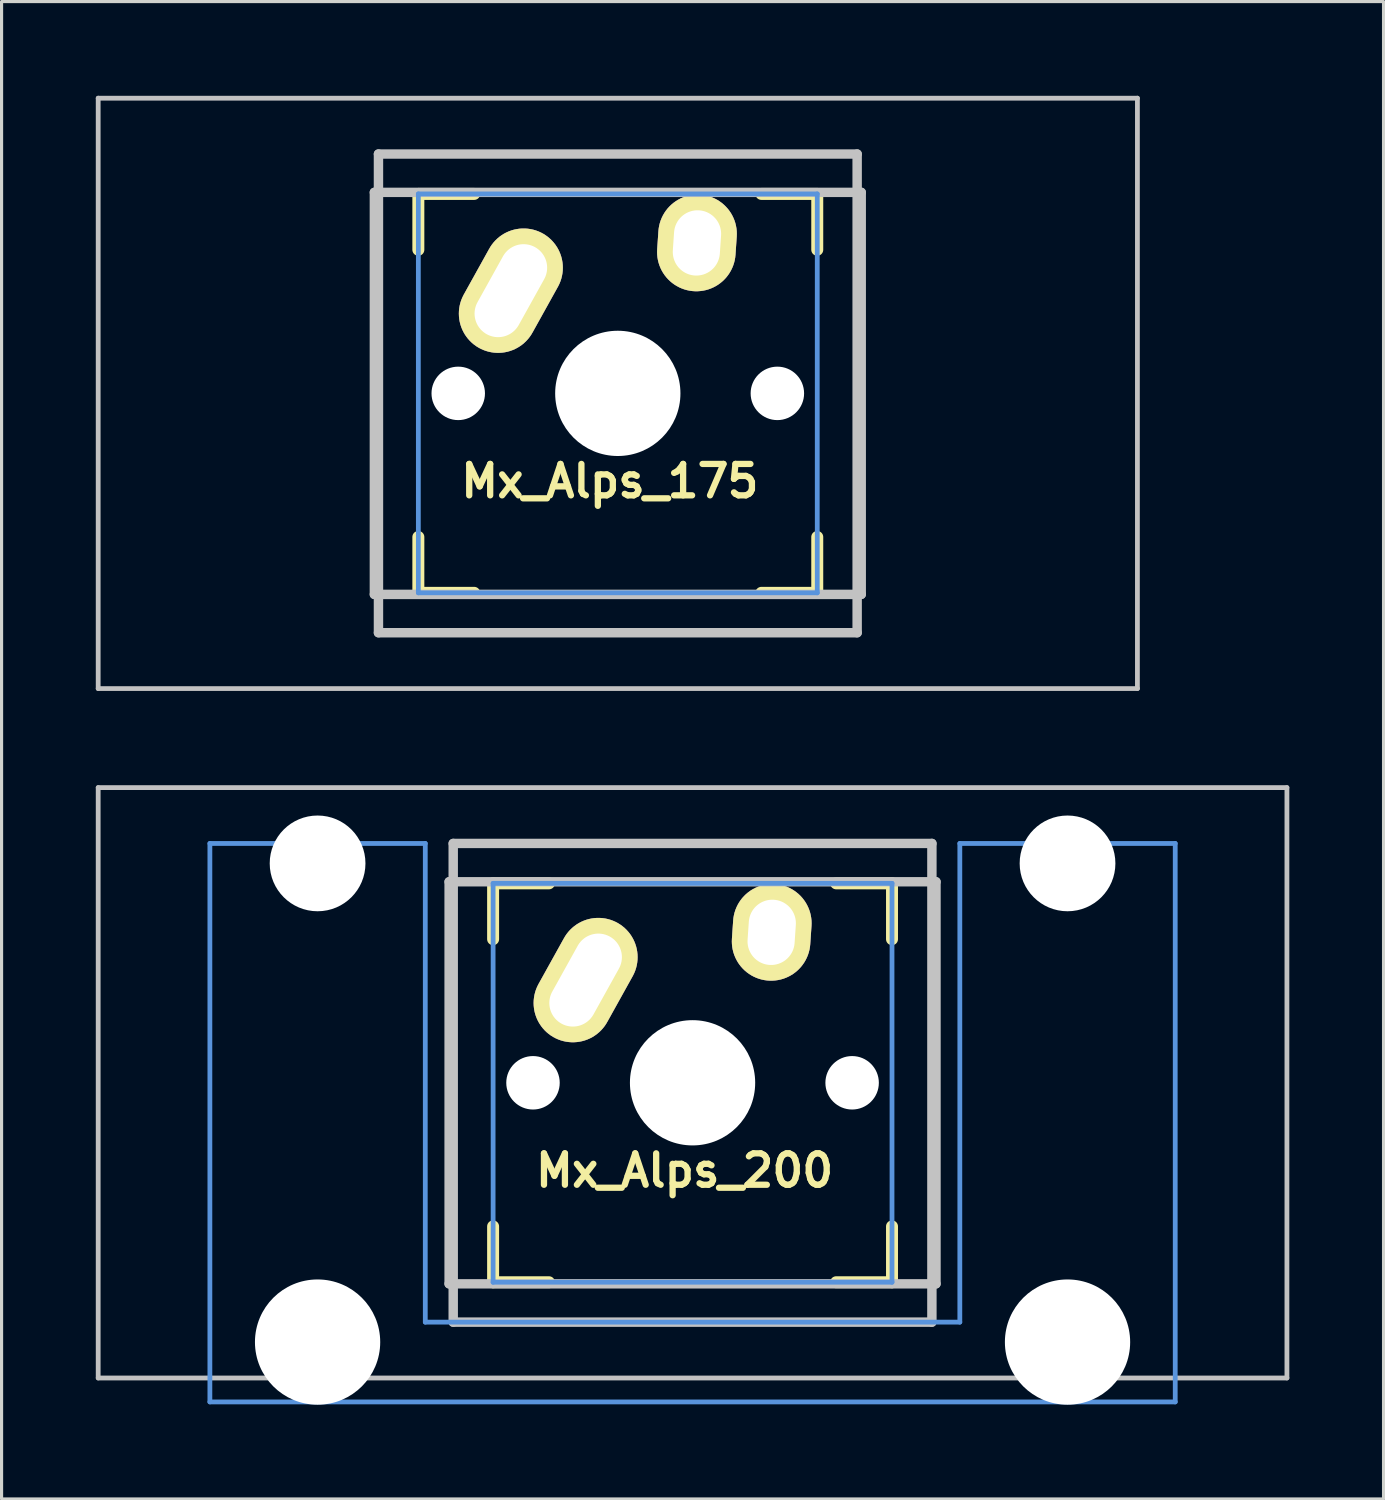
<source format=kicad_pcb>
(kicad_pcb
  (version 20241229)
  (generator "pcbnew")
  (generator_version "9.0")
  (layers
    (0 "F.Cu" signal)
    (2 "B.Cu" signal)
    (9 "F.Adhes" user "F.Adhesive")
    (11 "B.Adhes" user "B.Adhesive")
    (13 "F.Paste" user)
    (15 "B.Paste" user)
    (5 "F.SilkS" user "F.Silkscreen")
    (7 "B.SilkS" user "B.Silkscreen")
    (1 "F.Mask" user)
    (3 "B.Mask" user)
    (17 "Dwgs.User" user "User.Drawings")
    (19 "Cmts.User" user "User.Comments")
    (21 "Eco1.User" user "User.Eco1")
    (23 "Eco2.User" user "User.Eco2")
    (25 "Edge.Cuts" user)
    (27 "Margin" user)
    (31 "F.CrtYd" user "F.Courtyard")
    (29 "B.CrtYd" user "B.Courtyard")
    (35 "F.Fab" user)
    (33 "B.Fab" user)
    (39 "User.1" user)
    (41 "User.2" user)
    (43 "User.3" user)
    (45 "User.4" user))
  (footprint "Mx_Alps_175"
    (layer "F.Cu")
    (at 16.619 9.474)
    (property "Reference" "Mx_Alps_175" (at -0.254 2.794 0) (layer "F.SilkS") (effects (font (size 1 1) (thickness 0.2))))
    (attr through_hole)
    (fp_line (start -6.35 -6.35) (end -4.572 -6.35) (stroke (width 0.381) (type solid)) (layer "F.SilkS"))
    (fp_line (start -6.35 -4.572) (end -6.35 -6.35) (stroke (width 0.381) (type solid)) (layer "F.SilkS"))
    (fp_line (start -6.35 6.35) (end -6.35 4.572) (stroke (width 0.381) (type solid)) (layer "F.SilkS"))
    (fp_line (start -4.572 6.35) (end -6.35 6.35) (stroke (width 0.381) (type solid)) (layer "F.SilkS"))
    (fp_line (start 4.572 -6.35) (end 6.35 -6.35) (stroke (width 0.381) (type solid)) (layer "F.SilkS"))
    (fp_line (start 6.35 -6.35) (end 6.35 -4.572) (stroke (width 0.381) (type solid)) (layer "F.SilkS"))
    (fp_line (start 6.35 4.572) (end 6.35 6.35) (stroke (width 0.381) (type solid)) (layer "F.SilkS"))
    (fp_line (start 6.35 6.35) (end 4.572 6.35) (stroke (width 0.381) (type solid)) (layer "F.SilkS"))
    (fp_line (start -16.543 -9.398) (end 16.543 -9.398) (stroke (width 0.152) (type solid)) (layer "Dwgs.User"))
    (fp_line (start -16.543 9.398) (end -16.543 -9.398) (stroke (width 0.152) (type solid)) (layer "Dwgs.User"))
    (fp_line (start -7.75 6.4) (end -7.75 -6.4) (stroke (width 0.3) (type solid)) (layer "Dwgs.User"))
    (fp_line (start -7.75 6.4) (end 7.75 6.4) (stroke (width 0.3) (type solid)) (layer "Dwgs.User"))
    (fp_line (start -7.62 -7.62) (end 7.62 -7.62) (stroke (width 0.3) (type solid)) (layer "Dwgs.User"))
    (fp_line (start -7.62 7.62) (end -7.62 -7.62) (stroke (width 0.3) (type solid)) (layer "Dwgs.User"))
    (fp_line (start 7.62 -7.62) (end 7.62 7.62) (stroke (width 0.3) (type solid)) (layer "Dwgs.User"))
    (fp_line (start 7.62 7.62) (end -7.62 7.62) (stroke (width 0.3) (type solid)) (layer "Dwgs.User"))
    (fp_line (start 7.75 -6.4) (end -7.75 -6.4) (stroke (width 0.3) (type solid)) (layer "Dwgs.User"))
    (fp_line (start 7.75 6.4) (end 7.75 -6.4) (stroke (width 0.3) (type solid)) (layer "Dwgs.User"))
    (fp_line (start 16.543 -9.398) (end 16.543 9.398) (stroke (width 0.152) (type solid)) (layer "Dwgs.User"))
    (fp_line (start 16.543 9.398) (end -16.543 9.398) (stroke (width 0.152) (type solid)) (layer "Dwgs.User"))
    (fp_line (start -6.35 -6.35) (end 6.35 -6.35) (stroke (width 0.152) (type solid)) (layer "Cmts.User"))
    (fp_line (start -6.35 6.35) (end -6.35 -6.35) (stroke (width 0.152) (type solid)) (layer "Cmts.User"))
    (fp_line (start 6.35 -6.35) (end 6.35 6.35) (stroke (width 0.152) (type solid)) (layer "Cmts.User"))
    (fp_line (start 6.35 6.35) (end -6.35 6.35) (stroke (width 0.152) (type solid)) (layer "Cmts.User"))
    (fp_line (start -6.985 -6.985) (end 6.985 -6.985) (stroke (width 0.152) (type solid)) (layer "Eco2.User"))
    (fp_line (start -6.985 6.985) (end -6.985 -6.985) (stroke (width 0.152) (type solid)) (layer "Eco2.User"))
    (fp_line (start 6.985 -6.985) (end 6.985 6.985) (stroke (width 0.152) (type solid)) (layer "Eco2.User"))
    (fp_line (start 6.985 6.985) (end -6.985 6.985) (stroke (width 0.152) (type solid)) (layer "Eco2.User"))
    (pad "" np_thru_hole circle (at -5.08 0) (size 1.702 1.702) (drill 1.702) (layers "*.Cu"))
    (pad "" np_thru_hole circle (at 0 0) (size 3.988 3.988) (drill 3.988) (layers "*.Cu"))
    (pad "" np_thru_hole circle (at 5.08 0) (size 1.702 1.702) (drill 1.702) (layers "*.Cu"))
    (pad "1" thru_hole oval (at -3.405 -3.27 330.95) (size 2.5 4.17) (drill oval 1.5 3.17) (layers "*.Cu" "*.Mask" "F.SilkS"))
    (pad "2" thru_hole oval (at 2.52 -4.79 356.1) (size 2.5 3.08) (drill oval 1.5 2.08) (layers "*.Cu" "*.Mask" "F.SilkS")))
  (footprint "Mx_Alps_200"
    (layer "F.Cu")
    (at 18.999 31.423)
    (property "Reference" "Mx_Alps_200" (at -0.254 2.794 0) (layer "F.SilkS") (effects (font (size 1 1) (thickness 0.2))))
    (attr through_hole)
    (fp_line (start -6.35 -6.35) (end -4.572 -6.35) (stroke (width 0.381) (type solid)) (layer "F.SilkS"))
    (fp_line (start -6.35 -4.572) (end -6.35 -6.35) (stroke (width 0.381) (type solid)) (layer "F.SilkS"))
    (fp_line (start -6.35 6.35) (end -6.35 4.572) (stroke (width 0.381) (type solid)) (layer "F.SilkS"))
    (fp_line (start -4.572 6.35) (end -6.35 6.35) (stroke (width 0.381) (type solid)) (layer "F.SilkS"))
    (fp_line (start 4.572 -6.35) (end 6.35 -6.35) (stroke (width 0.381) (type solid)) (layer "F.SilkS"))
    (fp_line (start 6.35 -6.35) (end 6.35 -4.572) (stroke (width 0.381) (type solid)) (layer "F.SilkS"))
    (fp_line (start 6.35 4.572) (end 6.35 6.35) (stroke (width 0.381) (type solid)) (layer "F.SilkS"))
    (fp_line (start 6.35 6.35) (end 4.572 6.35) (stroke (width 0.381) (type solid)) (layer "F.SilkS"))
    (fp_line (start -18.923 -9.398) (end 18.923 -9.398) (stroke (width 0.152) (type solid)) (layer "Dwgs.User"))
    (fp_line (start -18.923 9.398) (end -18.923 -9.398) (stroke (width 0.152) (type solid)) (layer "Dwgs.User"))
    (fp_line (start -7.75 6.4) (end -7.75 -6.4) (stroke (width 0.3) (type solid)) (layer "Dwgs.User"))
    (fp_line (start -7.75 6.4) (end 7.75 6.4) (stroke (width 0.3) (type solid)) (layer "Dwgs.User"))
    (fp_line (start -7.62 -7.62) (end 7.62 -7.62) (stroke (width 0.3) (type solid)) (layer "Dwgs.User"))
    (fp_line (start -7.62 7.62) (end -7.62 -7.62) (stroke (width 0.3) (type solid)) (layer "Dwgs.User"))
    (fp_line (start 7.62 -7.62) (end 7.62 7.62) (stroke (width 0.3) (type solid)) (layer "Dwgs.User"))
    (fp_line (start 7.62 7.62) (end -7.62 7.62) (stroke (width 0.3) (type solid)) (layer "Dwgs.User"))
    (fp_line (start 7.75 -6.4) (end -7.75 -6.4) (stroke (width 0.3) (type solid)) (layer "Dwgs.User"))
    (fp_line (start 7.75 6.4) (end 7.75 -6.4) (stroke (width 0.3) (type solid)) (layer "Dwgs.User"))
    (fp_line (start 18.923 -9.398) (end 18.923 9.398) (stroke (width 0.152) (type solid)) (layer "Dwgs.User"))
    (fp_line (start 18.923 9.398) (end -18.923 9.398) (stroke (width 0.152) (type solid)) (layer "Dwgs.User"))
    (fp_line (start -15.367 -7.62) (end -15.367 10.16) (stroke (width 0.152) (type solid)) (layer "Cmts.User"))
    (fp_line (start -15.367 10.16) (end 15.367 10.16) (stroke (width 0.152) (type solid)) (layer "Cmts.User"))
    (fp_line (start -8.509 -7.62) (end -15.367 -7.62) (stroke (width 0.152) (type solid)) (layer "Cmts.User"))
    (fp_line (start -8.509 7.62) (end -8.509 -7.62) (stroke (width 0.152) (type solid)) (layer "Cmts.User"))
    (fp_line (start -6.35 -6.35) (end 6.35 -6.35) (stroke (width 0.152) (type solid)) (layer "Cmts.User"))
    (fp_line (start -6.35 6.35) (end -6.35 -6.35) (stroke (width 0.152) (type solid)) (layer "Cmts.User"))
    (fp_line (start 6.35 -6.35) (end 6.35 6.35) (stroke (width 0.152) (type solid)) (layer "Cmts.User"))
    (fp_line (start 6.35 6.35) (end -6.35 6.35) (stroke (width 0.152) (type solid)) (layer "Cmts.User"))
    (fp_line (start 8.509 -7.62) (end 8.509 7.62) (stroke (width 0.152) (type solid)) (layer "Cmts.User"))
    (fp_line (start 8.509 7.62) (end -8.509 7.62) (stroke (width 0.152) (type solid)) (layer "Cmts.User"))
    (fp_line (start 15.367 -7.62) (end 8.509 -7.62) (stroke (width 0.152) (type solid)) (layer "Cmts.User"))
    (fp_line (start 15.367 10.16) (end 15.367 -7.62) (stroke (width 0.152) (type solid)) (layer "Cmts.User"))
    (fp_line (start -16.129 -2.286) (end -15.265 -2.286) (stroke (width 0.152) (type solid)) (layer "Eco2.User"))
    (fp_line (start -16.129 0.508) (end -16.129 -2.286) (stroke (width 0.152) (type solid)) (layer "Eco2.User"))
    (fp_line (start -15.265 -5.69) (end -8.611 -5.69) (stroke (width 0.152) (type solid)) (layer "Eco2.User"))
    (fp_line (start -15.265 -2.286) (end -15.265 -5.69) (stroke (width 0.152) (type solid)) (layer "Eco2.User"))
    (fp_line (start -15.265 0.508) (end -16.129 0.508) (stroke (width 0.152) (type solid)) (layer "Eco2.User"))
    (fp_line (start -15.265 6.604) (end -15.265 0.508) (stroke (width 0.152) (type solid)) (layer "Eco2.User"))
    (fp_line (start -14.224 6.604) (end -15.265 6.604) (stroke (width 0.152) (type solid)) (layer "Eco2.User"))
    (fp_line (start -14.224 7.772) (end -14.224 6.604) (stroke (width 0.152) (type solid)) (layer "Eco2.User"))
    (fp_line (start -9.652 6.604) (end -9.652 7.772) (stroke (width 0.152) (type solid)) (layer "Eco2.User"))
    (fp_line (start -9.652 7.772) (end -14.224 7.772) (stroke (width 0.152) (type solid)) (layer "Eco2.User"))
    (fp_line (start -8.611 -5.69) (end -8.611 -4.877) (stroke (width 0.152) (type solid)) (layer "Eco2.User"))
    (fp_line (start -8.611 -4.877) (end -6.985 -4.877) (stroke (width 0.152) (type solid)) (layer "Eco2.User"))
    (fp_line (start -8.611 5.817) (end -8.611 6.604) (stroke (width 0.152) (type solid)) (layer "Eco2.User"))
    (fp_line (start -8.611 6.604) (end -9.652 6.604) (stroke (width 0.152) (type solid)) (layer "Eco2.User"))
    (fp_line (start -6.985 -6.985) (end 6.985 -6.985) (stroke (width 0.152) (type solid)) (layer "Eco2.User"))
    (fp_line (start -6.985 -4.877) (end -6.985 -6.985) (stroke (width 0.152) (type solid)) (layer "Eco2.User"))
    (fp_line (start -6.985 5.817) (end -8.611 5.817) (stroke (width 0.152) (type solid)) (layer "Eco2.User"))
    (fp_line (start -6.985 6.985) (end -6.985 5.817) (stroke (width 0.152) (type solid)) (layer "Eco2.User"))
    (fp_line (start 6.985 -6.985) (end 6.985 -4.877) (stroke (width 0.152) (type solid)) (layer "Eco2.User"))
    (fp_line (start 6.985 -4.877) (end 8.611 -4.877) (stroke (width 0.152) (type solid)) (layer "Eco2.User"))
    (fp_line (start 6.985 5.817) (end 6.985 6.985) (stroke (width 0.152) (type solid)) (layer "Eco2.User"))
    (fp_line (start 6.985 6.985) (end -6.985 6.985) (stroke (width 0.152) (type solid)) (layer "Eco2.User"))
    (fp_line (start 8.611 -5.69) (end 15.265 -5.69) (stroke (width 0.152) (type solid)) (layer "Eco2.User"))
    (fp_line (start 8.611 -4.877) (end 8.611 -5.69) (stroke (width 0.152) (type solid)) (layer "Eco2.User"))
    (fp_line (start 8.611 5.817) (end 6.985 5.817) (stroke (width 0.152) (type solid)) (layer "Eco2.User"))
    (fp_line (start 8.611 6.604) (end 8.611 5.817) (stroke (width 0.152) (type solid)) (layer "Eco2.User"))
    (fp_line (start 9.652 6.604) (end 8.611 6.604) (stroke (width 0.152) (type solid)) (layer "Eco2.User"))
    (fp_line (start 9.652 7.772) (end 9.652 6.604) (stroke (width 0.152) (type solid)) (layer "Eco2.User"))
    (fp_line (start 14.224 6.604) (end 14.224 7.772) (stroke (width 0.152) (type solid)) (layer "Eco2.User"))
    (fp_line (start 14.224 7.772) (end 9.652 7.772) (stroke (width 0.152) (type solid)) (layer "Eco2.User"))
    (fp_line (start 15.265 -5.69) (end 15.265 -2.286) (stroke (width 0.152) (type solid)) (layer "Eco2.User"))
    (fp_line (start 15.265 -2.286) (end 16.129 -2.286) (stroke (width 0.152) (type solid)) (layer "Eco2.User"))
    (fp_line (start 15.265 0.508) (end 15.265 6.604) (stroke (width 0.152) (type solid)) (layer "Eco2.User"))
    (fp_line (start 15.265 6.604) (end 14.224 6.604) (stroke (width 0.152) (type solid)) (layer "Eco2.User"))
    (fp_line (start 16.129 -2.286) (end 16.129 0.508) (stroke (width 0.152) (type solid)) (layer "Eco2.User"))
    (fp_line (start 16.129 0.508) (end 15.265 0.508) (stroke (width 0.152) (type solid)) (layer "Eco2.User"))
    (pad "" np_thru_hole circle (at -11.938 -6.985) (size 3.048 3.048) (drill 3.048) (layers "*.Cu"))
    (pad "" np_thru_hole circle (at -11.938 8.255) (size 3.988 3.988) (drill 3.988) (layers "*.Cu"))
    (pad "" np_thru_hole circle (at -5.08 0) (size 1.702 1.702) (drill 1.702) (layers "*.Cu"))
    (pad "" np_thru_hole circle (at 0 0) (size 3.988 3.988) (drill 3.988) (layers "*.Cu"))
    (pad "" np_thru_hole circle (at 5.08 0) (size 1.702 1.702) (drill 1.702) (layers "*.Cu"))
    (pad "" np_thru_hole circle (at 11.938 -6.985) (size 3.048 3.048) (drill 3.048) (layers "*.Cu"))
    (pad "" np_thru_hole circle (at 11.938 8.255) (size 3.988 3.988) (drill 3.988) (layers "*.Cu"))
    (pad "1" thru_hole oval (at -3.405 -3.27 330.95) (size 2.5 4.17) (drill oval 1.5 3.17) (layers "*.Cu" "*.Mask" "F.SilkS"))
    (pad "2" thru_hole oval (at 2.52 -4.79 356.1) (size 2.5 3.08) (drill oval 1.5 2.08) (layers "*.Cu" "*.Mask" "F.SilkS")))
  (gr_rect
    (start -3 -3)
    (end 40.998 44.672)
    (stroke (width 0.1) (type default))
    (fill no)
    (layer "Edge.Cuts")))
</source>
